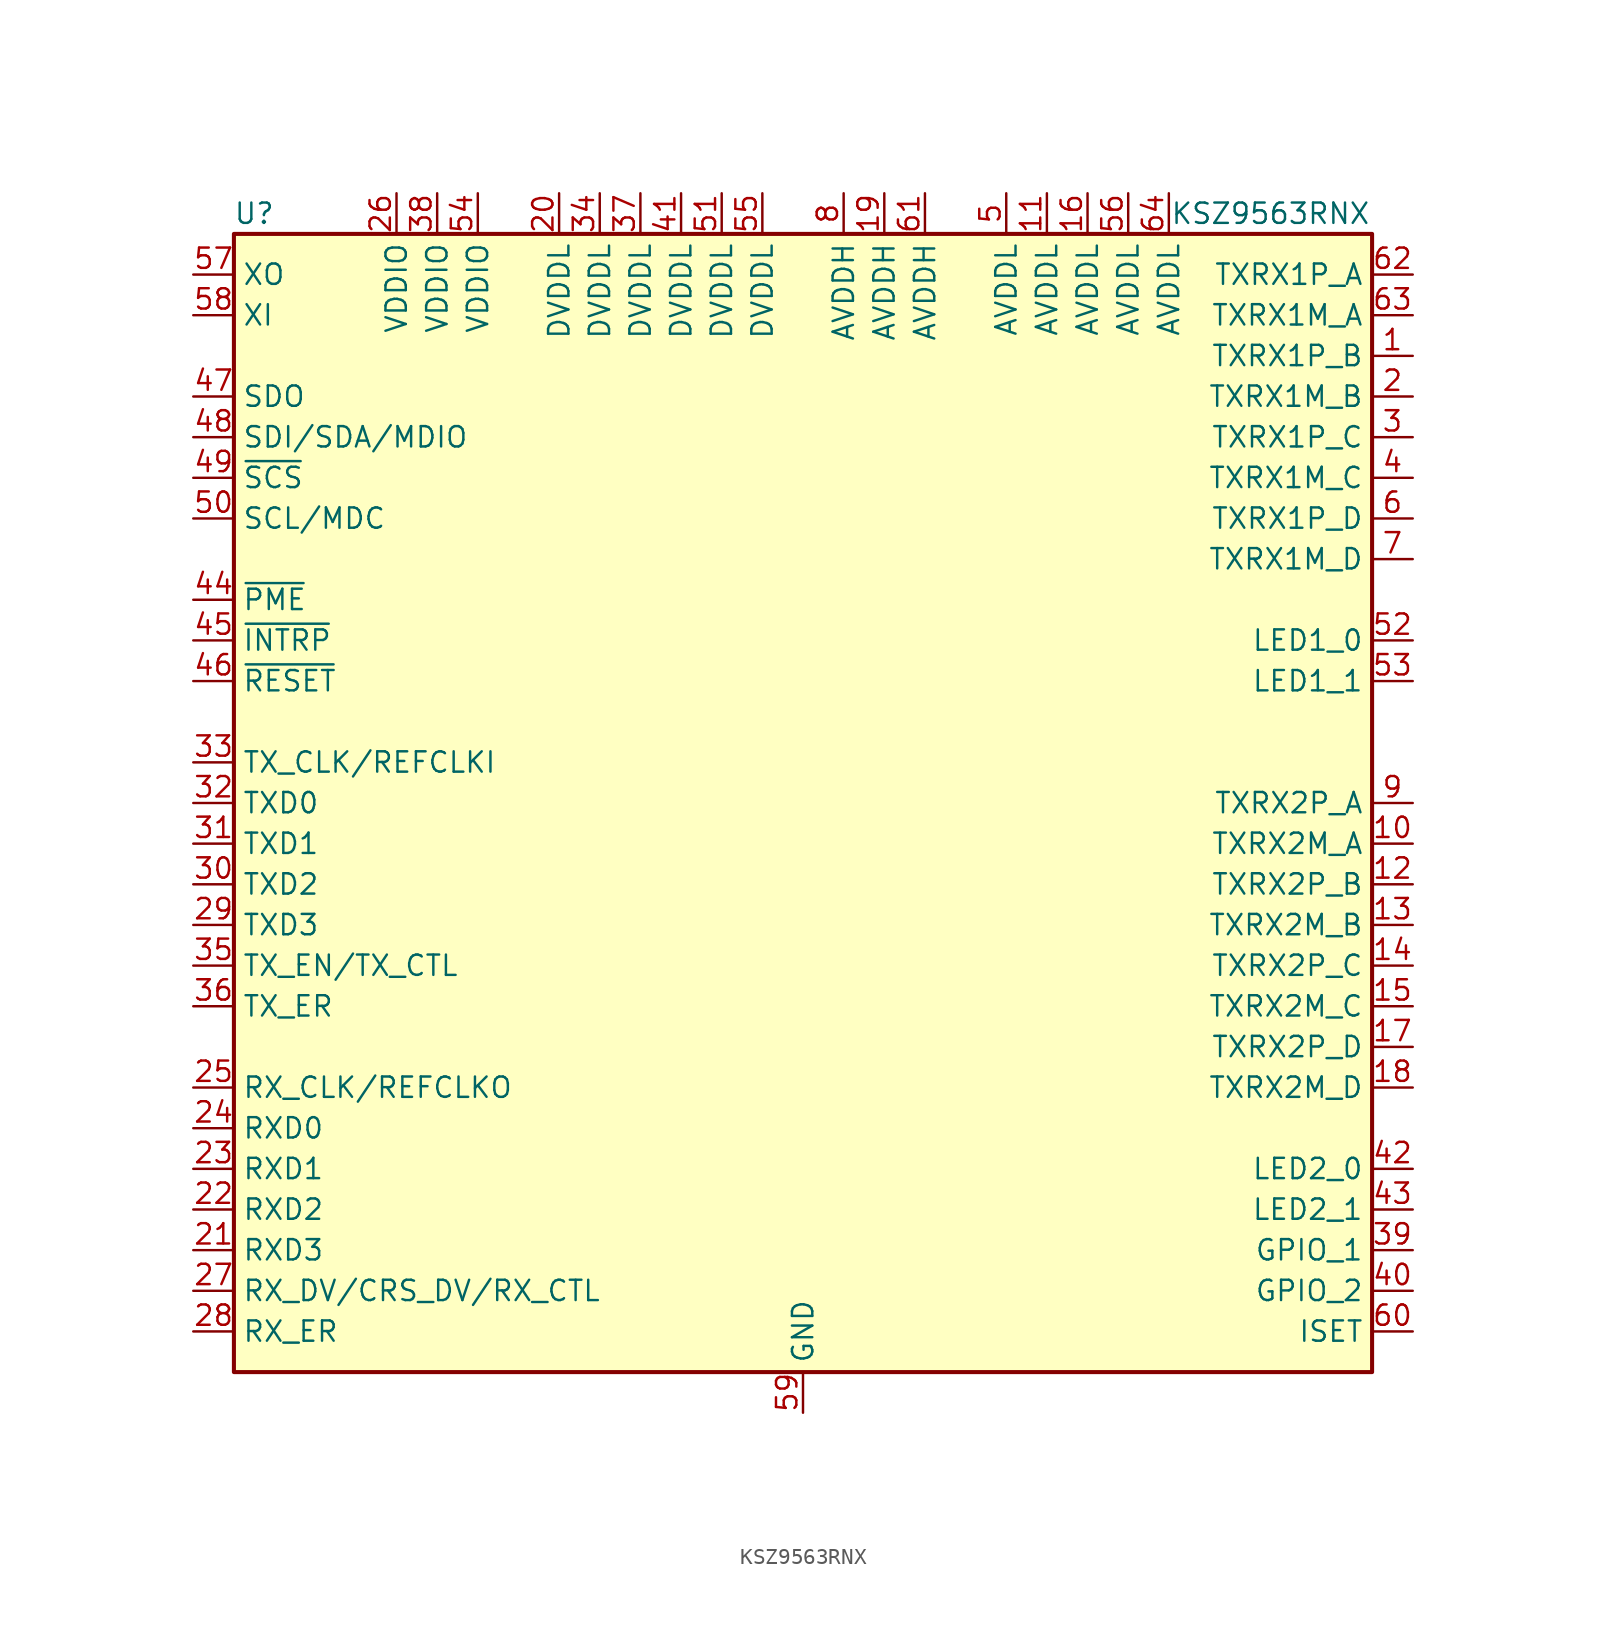
<source format=kicad_sym>
(kicad_symbol_lib
  (version 20220914)
  (generator kicad_symbol_editor)
  (symbol "KSZ9563RNX"
    (property "Reference" "U"
      (at -34.29 36.83 0)
      (effects (font (size 1.27 1.27))))
    (property "Value" "KSZ9563RNX"
      (at 29.21 36.83 0)
      (effects (font (size 1.27 1.27))))
    (symbol "KSZ9563RNX_0_1"
      (rectangle (start 35.56 -35.56) (end -35.56 35.56) (stroke (width 0.254) (type default)) (fill (type background))))
    (symbol "KSZ9563RNX_1_1"
      (pin passive line (at 38.1 27.94 180) (length 2.54) (name "TXRX1P_B" (effects (font (size 1.27 1.27)))) (number "1" (effects (font (size 1.27 1.27)))))
      (pin passive line (at 38.1 -2.54 180) (length 2.54) (name "TXRX2M_A" (effects (font (size 1.27 1.27)))) (number "10" (effects (font (size 1.27 1.27)))))
      (pin power_in line (at 15.24 38.1 270) (length 2.54) (name "AVDDL" (effects (font (size 1.27 1.27)))) (number "11" (effects (font (size 1.27 1.27)))))
      (pin passive line (at 38.1 -5.08 180) (length 2.54) (name "TXRX2P_B" (effects (font (size 1.27 1.27)))) (number "12" (effects (font (size 1.27 1.27)))))
      (pin passive line (at 38.1 -7.62 180) (length 2.54) (name "TXRX2M_B" (effects (font (size 1.27 1.27)))) (number "13" (effects (font (size 1.27 1.27)))))
      (pin passive line (at 38.1 -10.16 180) (length 2.54) (name "TXRX2P_C" (effects (font (size 1.27 1.27)))) (number "14" (effects (font (size 1.27 1.27)))))
      (pin passive line (at 38.1 -12.7 180) (length 2.54) (name "TXRX2M_C" (effects (font (size 1.27 1.27)))) (number "15" (effects (font (size 1.27 1.27)))))
      (pin power_in line (at 17.78 38.1 270) (length 2.54) (name "AVDDL" (effects (font (size 1.27 1.27)))) (number "16" (effects (font (size 1.27 1.27)))))
      (pin passive line (at 38.1 -15.24 180) (length 2.54) (name "TXRX2P_D" (effects (font (size 1.27 1.27)))) (number "17" (effects (font (size 1.27 1.27)))))
      (pin passive line (at 38.1 -17.78 180) (length 2.54) (name "TXRX2M_D" (effects (font (size 1.27 1.27)))) (number "18" (effects (font (size 1.27 1.27)))))
      (pin power_in line (at 5.08 38.1 270) (length 2.54) (name "AVDDH" (effects (font (size 1.27 1.27)))) (number "19" (effects (font (size 1.27 1.27)))))
      (pin passive line (at 38.1 25.4 180) (length 2.54) (name "TXRX1M_B" (effects (font (size 1.27 1.27)))) (number "2" (effects (font (size 1.27 1.27)))))
      (pin power_in line (at -15.24 38.1 270) (length 2.54) (name "DVDDL" (effects (font (size 1.27 1.27)))) (number "20" (effects (font (size 1.27 1.27)))))
      (pin output line (at -38.1 -27.94 0) (length 2.54) (name "RXD3" (effects (font (size 1.27 1.27)))) (number "21" (effects (font (size 1.27 1.27)))))
      (pin output line (at -38.1 -25.4 0) (length 2.54) (name "RXD2" (effects (font (size 1.27 1.27)))) (number "22" (effects (font (size 1.27 1.27)))))
      (pin output line (at -38.1 -22.86 0) (length 2.54) (name "RXD1" (effects (font (size 1.27 1.27)))) (number "23" (effects (font (size 1.27 1.27)))))
      (pin output line (at -38.1 -20.32 0) (length 2.54) (name "RXD0" (effects (font (size 1.27 1.27)))) (number "24" (effects (font (size 1.27 1.27)))))
      (pin bidirectional line (at -38.1 -17.78 0) (length 2.54) (name "RX_CLK/REFCLKO" (effects (font (size 1.27 1.27)))) (number "25" (effects (font (size 1.27 1.27)))))
      (pin power_in line (at -25.4 38.1 270) (length 2.54) (name "VDDIO" (effects (font (size 1.27 1.27)))) (number "26" (effects (font (size 1.27 1.27)))))
      (pin output line (at -38.1 -30.48 0) (length 2.54) (name "RX_DV/CRS_DV/RX_CTL" (effects (font (size 1.27 1.27)))) (number "27" (effects (font (size 1.27 1.27)))))
      (pin output line (at -38.1 -33.02 0) (length 2.54) (name "RX_ER" (effects (font (size 1.27 1.27)))) (number "28" (effects (font (size 1.27 1.27)))))
      (pin input line (at -38.1 -7.62 0) (length 2.54) (name "TXD3" (effects (font (size 1.27 1.27)))) (number "29" (effects (font (size 1.27 1.27)))))
      (pin passive line (at 38.1 22.86 180) (length 2.54) (name "TXRX1P_C" (effects (font (size 1.27 1.27)))) (number "3" (effects (font (size 1.27 1.27)))))
      (pin input line (at -38.1 -5.08 0) (length 2.54) (name "TXD2" (effects (font (size 1.27 1.27)))) (number "30" (effects (font (size 1.27 1.27)))))
      (pin input line (at -38.1 -2.54 0) (length 2.54) (name "TXD1" (effects (font (size 1.27 1.27)))) (number "31" (effects (font (size 1.27 1.27)))))
      (pin input line (at -38.1 0 0) (length 2.54) (name "TXD0" (effects (font (size 1.27 1.27)))) (number "32" (effects (font (size 1.27 1.27)))))
      (pin bidirectional line (at -38.1 2.54 0) (length 2.54) (name "TX_CLK/REFCLKI" (effects (font (size 1.27 1.27)))) (number "33" (effects (font (size 1.27 1.27)))))
      (pin power_in line (at -12.7 38.1 270) (length 2.54) (name "DVDDL" (effects (font (size 1.27 1.27)))) (number "34" (effects (font (size 1.27 1.27)))))
      (pin input line (at -38.1 -10.16 0) (length 2.54) (name "TX_EN/TX_CTL" (effects (font (size 1.27 1.27)))) (number "35" (effects (font (size 1.27 1.27)))))
      (pin input line (at -38.1 -12.7 0) (length 2.54) (name "TX_ER" (effects (font (size 1.27 1.27)))) (number "36" (effects (font (size 1.27 1.27)))))
      (pin power_in line (at -10.16 38.1 270) (length 2.54) (name "DVDDL" (effects (font (size 1.27 1.27)))) (number "37" (effects (font (size 1.27 1.27)))))
      (pin power_in line (at -22.86 38.1 270) (length 2.54) (name "VDDIO" (effects (font (size 1.27 1.27)))) (number "38" (effects (font (size 1.27 1.27)))))
      (pin bidirectional line (at 38.1 -27.94 180) (length 2.54) (name "GPIO_1" (effects (font (size 1.27 1.27)))) (number "39" (effects (font (size 1.27 1.27)))))
      (pin passive line (at 38.1 20.32 180) (length 2.54) (name "TXRX1M_C" (effects (font (size 1.27 1.27)))) (number "4" (effects (font (size 1.27 1.27)))))
      (pin bidirectional line (at 38.1 -30.48 180) (length 2.54) (name "GPIO_2" (effects (font (size 1.27 1.27)))) (number "40" (effects (font (size 1.27 1.27)))))
      (pin power_in line (at -7.62 38.1 270) (length 2.54) (name "DVDDL" (effects (font (size 1.27 1.27)))) (number "41" (effects (font (size 1.27 1.27)))))
      (pin output line (at 38.1 -22.86 180) (length 2.54) (name "LED2_0" (effects (font (size 1.27 1.27)))) (number "42" (effects (font (size 1.27 1.27)))))
      (pin output line (at 38.1 -25.4 180) (length 2.54) (name "LED2_1" (effects (font (size 1.27 1.27)))) (number "43" (effects (font (size 1.27 1.27)))))
      (pin output line (at -38.1 12.7 0) (length 2.54) (name "~{PME}" (effects (font (size 1.27 1.27)))) (number "44" (effects (font (size 1.27 1.27)))))
      (pin open_collector line (at -38.1 10.16 0) (length 2.54) (name "~{INTRP}" (effects (font (size 1.27 1.27)))) (number "45" (effects (font (size 1.27 1.27)))))
      (pin input line (at -38.1 7.62 0) (length 2.54) (name "~{RESET}" (effects (font (size 1.27 1.27)))) (number "46" (effects (font (size 1.27 1.27)))))
      (pin output line (at -38.1 25.4 0) (length 2.54) (name "SDO" (effects (font (size 1.27 1.27)))) (number "47" (effects (font (size 1.27 1.27)))))
      (pin bidirectional line (at -38.1 22.86 0) (length 2.54) (name "SDI/SDA/MDIO" (effects (font (size 1.27 1.27)))) (number "48" (effects (font (size 1.27 1.27)))))
      (pin input line (at -38.1 20.32 0) (length 2.54) (name "~{SCS}" (effects (font (size 1.27 1.27)))) (number "49" (effects (font (size 1.27 1.27)))))
      (pin power_in line (at 12.7 38.1 270) (length 2.54) (name "AVDDL" (effects (font (size 1.27 1.27)))) (number "5" (effects (font (size 1.27 1.27)))))
      (pin input line (at -38.1 17.78 0) (length 2.54) (name "SCL/MDC" (effects (font (size 1.27 1.27)))) (number "50" (effects (font (size 1.27 1.27)))))
      (pin power_in line (at -5.08 38.1 270) (length 2.54) (name "DVDDL" (effects (font (size 1.27 1.27)))) (number "51" (effects (font (size 1.27 1.27)))))
      (pin output line (at 38.1 10.16 180) (length 2.54) (name "LED1_0" (effects (font (size 1.27 1.27)))) (number "52" (effects (font (size 1.27 1.27)))))
      (pin output line (at 38.1 7.62 180) (length 2.54) (name "LED1_1" (effects (font (size 1.27 1.27)))) (number "53" (effects (font (size 1.27 1.27)))))
      (pin power_in line (at -20.32 38.1 270) (length 2.54) (name "VDDIO" (effects (font (size 1.27 1.27)))) (number "54" (effects (font (size 1.27 1.27)))))
      (pin power_in line (at -2.54 38.1 270) (length 2.54) (name "DVDDL" (effects (font (size 1.27 1.27)))) (number "55" (effects (font (size 1.27 1.27)))))
      (pin power_in line (at 20.32 38.1 270) (length 2.54) (name "AVDDL" (effects (font (size 1.27 1.27)))) (number "56" (effects (font (size 1.27 1.27)))))
      (pin output line (at -38.1 33.02 0) (length 2.54) (name "XO" (effects (font (size 1.27 1.27)))) (number "57" (effects (font (size 1.27 1.27)))))
      (pin input line (at -38.1 30.48 0) (length 2.54) (name "XI" (effects (font (size 1.27 1.27)))) (number "58" (effects (font (size 1.27 1.27)))))
      (pin power_in line (at 0 -38.1 90) (length 2.54) (name "GND" (effects (font (size 1.27 1.27)))) (number "59" (effects (font (size 1.27 1.27)))))
      (pin passive line (at 38.1 17.78 180) (length 2.54) (name "TXRX1P_D" (effects (font (size 1.27 1.27)))) (number "6" (effects (font (size 1.27 1.27)))))
      (pin passive line (at 38.1 -33.02 180) (length 2.54) (name "ISET" (effects (font (size 1.27 1.27)))) (number "60" (effects (font (size 1.27 1.27)))))
      (pin power_in line (at 7.62 38.1 270) (length 2.54) (name "AVDDH" (effects (font (size 1.27 1.27)))) (number "61" (effects (font (size 1.27 1.27)))))
      (pin passive line (at 38.1 33.02 180) (length 2.54) (name "TXRX1P_A" (effects (font (size 1.27 1.27)))) (number "62" (effects (font (size 1.27 1.27)))))
      (pin passive line (at 38.1 30.48 180) (length 2.54) (name "TXRX1M_A" (effects (font (size 1.27 1.27)))) (number "63" (effects (font (size 1.27 1.27)))))
      (pin power_in line (at 22.86 38.1 270) (length 2.54) (name "AVDDL" (effects (font (size 1.27 1.27)))) (number "64" (effects (font (size 1.27 1.27)))))
      (pin passive line (at 0 -38.1 90) (length 2.54) hide (name "GND" (effects (font (size 1.27 1.27)))) (number "65" (effects (font (size 1.27 1.27)))))
      (pin passive line (at 38.1 15.24 180) (length 2.54) (name "TXRX1M_D" (effects (font (size 1.27 1.27)))) (number "7" (effects (font (size 1.27 1.27)))))
      (pin power_in line (at 2.54 38.1 270) (length 2.54) (name "AVDDH" (effects (font (size 1.27 1.27)))) (number "8" (effects (font (size 1.27 1.27)))))
      (pin passive line (at 38.1 0 180) (length 2.54) (name "TXRX2P_A" (effects (font (size 1.27 1.27)))) (number "9" (effects (font (size 1.27 1.27))))))))
</source>
